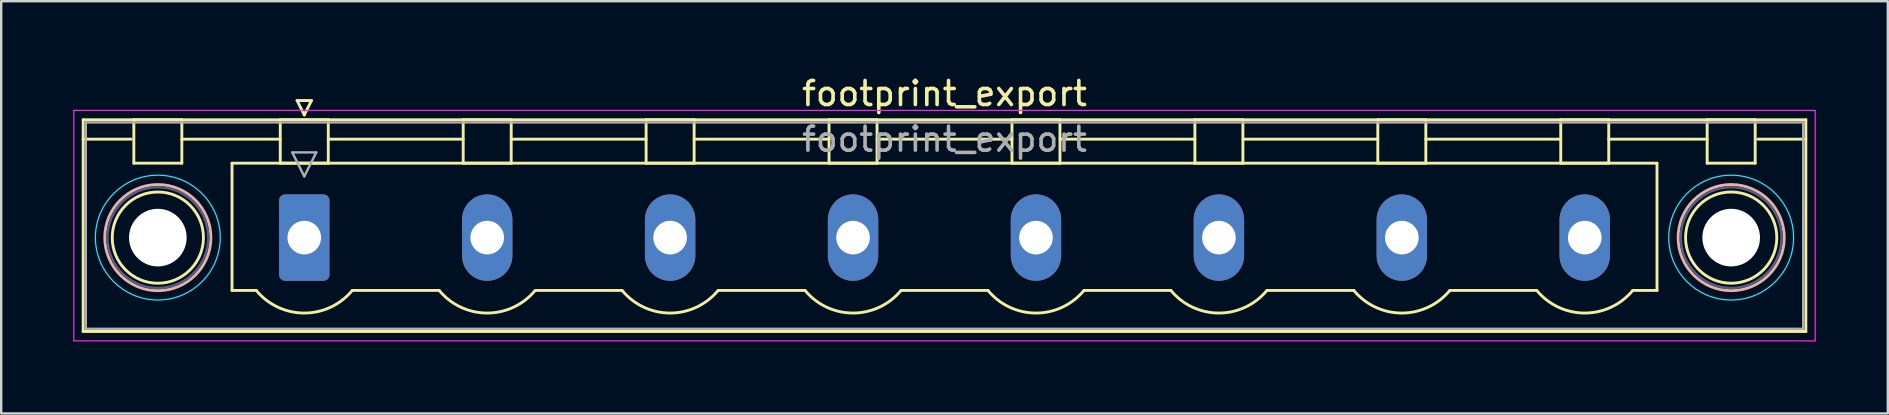
<source format=kicad_pcb>
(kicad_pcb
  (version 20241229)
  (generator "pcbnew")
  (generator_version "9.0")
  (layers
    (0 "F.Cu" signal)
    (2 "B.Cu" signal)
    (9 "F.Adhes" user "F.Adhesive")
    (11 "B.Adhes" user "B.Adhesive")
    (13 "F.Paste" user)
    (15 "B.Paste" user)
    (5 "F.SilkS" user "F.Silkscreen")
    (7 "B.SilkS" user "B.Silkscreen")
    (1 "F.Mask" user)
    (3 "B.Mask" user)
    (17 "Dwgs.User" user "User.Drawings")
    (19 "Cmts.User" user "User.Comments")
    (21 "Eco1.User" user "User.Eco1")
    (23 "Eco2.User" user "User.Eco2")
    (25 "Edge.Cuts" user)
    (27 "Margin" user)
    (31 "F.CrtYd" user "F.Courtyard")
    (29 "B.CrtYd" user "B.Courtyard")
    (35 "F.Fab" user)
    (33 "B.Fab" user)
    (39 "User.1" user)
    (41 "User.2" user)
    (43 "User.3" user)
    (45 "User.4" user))
  (footprint "footprint_export"
    (layer "F.Cu")
    (at 9.625 6.848)
    (property "Reference" "footprint_export" (at 26.67 -6 0) (layer "F.SilkS") (effects (font (size 1 1) (thickness 0.15))))
    (attr through_hole)
    (fp_line (start -9.21 -4.91) (end -9.21 3.91) (stroke (width 0.12) (type solid)) (layer "F.SilkS"))
    (fp_line (start -9.21 -4.1) (end -7.21 -4.1) (stroke (width 0.12) (type solid)) (layer "F.SilkS"))
    (fp_line (start -9.21 3.91) (end 62.55 3.91) (stroke (width 0.12) (type solid)) (layer "F.SilkS"))
    (fp_line (start -7.1 -4.91) (end -5.1 -4.91) (stroke (width 0.12) (type solid)) (layer "F.SilkS"))
    (fp_line (start -7.1 -3.1) (end -7.1 -4.91) (stroke (width 0.12) (type solid)) (layer "F.SilkS"))
    (fp_line (start -5.1 -4.91) (end -5.1 -3.1) (stroke (width 0.12) (type solid)) (layer "F.SilkS"))
    (fp_line (start -5.1 -4.1) (end -1 -4.1) (stroke (width 0.12) (type solid)) (layer "F.SilkS"))
    (fp_line (start -5.1 -3.1) (end -7.1 -3.1) (stroke (width 0.12) (type solid)) (layer "F.SilkS"))
    (fp_line (start -3.01 -3.1) (end 56.35 -3.1) (stroke (width 0.12) (type solid)) (layer "F.SilkS"))
    (fp_line (start -3.01 2.2) (end -3.01 -3.1) (stroke (width 0.12) (type solid)) (layer "F.SilkS"))
    (fp_line (start -2 2.2) (end -3.01 2.2) (stroke (width 0.12) (type solid)) (layer "F.SilkS"))
    (fp_line (start -1 -4.91) (end 1 -4.91) (stroke (width 0.12) (type solid)) (layer "F.SilkS"))
    (fp_line (start -1 -3.1) (end -1 -4.91) (stroke (width 0.12) (type solid)) (layer "F.SilkS"))
    (fp_line (start -0.3 -5.71) (end 0.3 -5.71) (stroke (width 0.12) (type solid)) (layer "F.SilkS"))
    (fp_line (start 0 -5.11) (end -0.3 -5.71) (stroke (width 0.12) (type solid)) (layer "F.SilkS"))
    (fp_line (start 0.3 -5.71) (end 0 -5.11) (stroke (width 0.12) (type solid)) (layer "F.SilkS"))
    (fp_line (start 1 -4.91) (end 1 -3.1) (stroke (width 0.12) (type solid)) (layer "F.SilkS"))
    (fp_line (start 1 -4.1) (end 6.62 -4.1) (stroke (width 0.12) (type solid)) (layer "F.SilkS"))
    (fp_line (start 1 -3.1) (end -1 -3.1) (stroke (width 0.12) (type solid)) (layer "F.SilkS"))
    (fp_line (start 2 2.2) (end 5.62 2.2) (stroke (width 0.12) (type solid)) (layer "F.SilkS"))
    (fp_line (start 6.62 -4.91) (end 8.62 -4.91) (stroke (width 0.12) (type solid)) (layer "F.SilkS"))
    (fp_line (start 6.62 -3.1) (end 6.62 -4.91) (stroke (width 0.12) (type solid)) (layer "F.SilkS"))
    (fp_line (start 8.62 -4.91) (end 8.62 -3.1) (stroke (width 0.12) (type solid)) (layer "F.SilkS"))
    (fp_line (start 8.62 -4.1) (end 14.24 -4.1) (stroke (width 0.12) (type solid)) (layer "F.SilkS"))
    (fp_line (start 8.62 -3.1) (end 6.62 -3.1) (stroke (width 0.12) (type solid)) (layer "F.SilkS"))
    (fp_line (start 9.62 2.2) (end 13.24 2.2) (stroke (width 0.12) (type solid)) (layer "F.SilkS"))
    (fp_line (start 14.24 -4.91) (end 16.24 -4.91) (stroke (width 0.12) (type solid)) (layer "F.SilkS"))
    (fp_line (start 14.24 -3.1) (end 14.24 -4.91) (stroke (width 0.12) (type solid)) (layer "F.SilkS"))
    (fp_line (start 16.24 -4.91) (end 16.24 -3.1) (stroke (width 0.12) (type solid)) (layer "F.SilkS"))
    (fp_line (start 16.24 -4.1) (end 21.86 -4.1) (stroke (width 0.12) (type solid)) (layer "F.SilkS"))
    (fp_line (start 16.24 -3.1) (end 14.24 -3.1) (stroke (width 0.12) (type solid)) (layer "F.SilkS"))
    (fp_line (start 17.24 2.2) (end 20.86 2.2) (stroke (width 0.12) (type solid)) (layer "F.SilkS"))
    (fp_line (start 21.86 -4.91) (end 23.86 -4.91) (stroke (width 0.12) (type solid)) (layer "F.SilkS"))
    (fp_line (start 21.86 -3.1) (end 21.86 -4.91) (stroke (width 0.12) (type solid)) (layer "F.SilkS"))
    (fp_line (start 23.86 -4.91) (end 23.86 -3.1) (stroke (width 0.12) (type solid)) (layer "F.SilkS"))
    (fp_line (start 23.86 -4.1) (end 29.48 -4.1) (stroke (width 0.12) (type solid)) (layer "F.SilkS"))
    (fp_line (start 23.86 -3.1) (end 21.86 -3.1) (stroke (width 0.12) (type solid)) (layer "F.SilkS"))
    (fp_line (start 24.86 2.2) (end 28.48 2.2) (stroke (width 0.12) (type solid)) (layer "F.SilkS"))
    (fp_line (start 29.48 -4.91) (end 31.48 -4.91) (stroke (width 0.12) (type solid)) (layer "F.SilkS"))
    (fp_line (start 29.48 -3.1) (end 29.48 -4.91) (stroke (width 0.12) (type solid)) (layer "F.SilkS"))
    (fp_line (start 31.48 -4.91) (end 31.48 -3.1) (stroke (width 0.12) (type solid)) (layer "F.SilkS"))
    (fp_line (start 31.48 -4.1) (end 37.1 -4.1) (stroke (width 0.12) (type solid)) (layer "F.SilkS"))
    (fp_line (start 31.48 -3.1) (end 29.48 -3.1) (stroke (width 0.12) (type solid)) (layer "F.SilkS"))
    (fp_line (start 32.48 2.2) (end 36.1 2.2) (stroke (width 0.12) (type solid)) (layer "F.SilkS"))
    (fp_line (start 37.1 -4.91) (end 39.1 -4.91) (stroke (width 0.12) (type solid)) (layer "F.SilkS"))
    (fp_line (start 37.1 -3.1) (end 37.1 -4.91) (stroke (width 0.12) (type solid)) (layer "F.SilkS"))
    (fp_line (start 39.1 -4.91) (end 39.1 -3.1) (stroke (width 0.12) (type solid)) (layer "F.SilkS"))
    (fp_line (start 39.1 -4.1) (end 44.72 -4.1) (stroke (width 0.12) (type solid)) (layer "F.SilkS"))
    (fp_line (start 39.1 -3.1) (end 37.1 -3.1) (stroke (width 0.12) (type solid)) (layer "F.SilkS"))
    (fp_line (start 40.1 2.2) (end 43.72 2.2) (stroke (width 0.12) (type solid)) (layer "F.SilkS"))
    (fp_line (start 44.72 -4.91) (end 46.72 -4.91) (stroke (width 0.12) (type solid)) (layer "F.SilkS"))
    (fp_line (start 44.72 -3.1) (end 44.72 -4.91) (stroke (width 0.12) (type solid)) (layer "F.SilkS"))
    (fp_line (start 46.72 -4.91) (end 46.72 -3.1) (stroke (width 0.12) (type solid)) (layer "F.SilkS"))
    (fp_line (start 46.72 -4.1) (end 52.34 -4.1) (stroke (width 0.12) (type solid)) (layer "F.SilkS"))
    (fp_line (start 46.72 -3.1) (end 44.72 -3.1) (stroke (width 0.12) (type solid)) (layer "F.SilkS"))
    (fp_line (start 47.72 2.2) (end 51.34 2.2) (stroke (width 0.12) (type solid)) (layer "F.SilkS"))
    (fp_line (start 52.34 -4.91) (end 54.34 -4.91) (stroke (width 0.12) (type solid)) (layer "F.SilkS"))
    (fp_line (start 52.34 -3.1) (end 52.34 -4.91) (stroke (width 0.12) (type solid)) (layer "F.SilkS"))
    (fp_line (start 54.34 -4.91) (end 54.34 -3.1) (stroke (width 0.12) (type solid)) (layer "F.SilkS"))
    (fp_line (start 54.34 -4.1) (end 58.44 -4.1) (stroke (width 0.12) (type solid)) (layer "F.SilkS"))
    (fp_line (start 54.34 -3.1) (end 52.34 -3.1) (stroke (width 0.12) (type solid)) (layer "F.SilkS"))
    (fp_line (start 56.35 -3.1) (end 56.35 2.2) (stroke (width 0.12) (type solid)) (layer "F.SilkS"))
    (fp_line (start 56.35 2.2) (end 55.34 2.2) (stroke (width 0.12) (type solid)) (layer "F.SilkS"))
    (fp_line (start 58.44 -4.91) (end 60.44 -4.91) (stroke (width 0.12) (type solid)) (layer "F.SilkS"))
    (fp_line (start 58.44 -3.1) (end 58.44 -4.91) (stroke (width 0.12) (type solid)) (layer "F.SilkS"))
    (fp_line (start 60.44 -4.91) (end 60.44 -3.1) (stroke (width 0.12) (type solid)) (layer "F.SilkS"))
    (fp_line (start 60.44 -3.1) (end 58.44 -3.1) (stroke (width 0.12) (type solid)) (layer "F.SilkS"))
    (fp_line (start 62.55 -4.91) (end -9.21 -4.91) (stroke (width 0.12) (type solid)) (layer "F.SilkS"))
    (fp_line (start 62.55 -4.1) (end 60.55 -4.1) (stroke (width 0.12) (type solid)) (layer "F.SilkS"))
    (fp_line (start 62.55 3.91) (end 62.55 -4.91) (stroke (width 0.12) (type solid)) (layer "F.SilkS"))
    (fp_arc (start 1.986842 2.215821) (mid -0.010289 3.142758) (end -2 2.2) (stroke (width 0.12) (type solid)) (layer "F.SilkS"))
    (fp_arc (start 9.606842 2.215821) (mid 7.609711 3.142758) (end 5.62 2.2) (stroke (width 0.12) (type solid)) (layer "F.SilkS"))
    (fp_arc (start 17.226842 2.215821) (mid 15.229711 3.142758) (end 13.24 2.2) (stroke (width 0.12) (type solid)) (layer "F.SilkS"))
    (fp_arc (start 24.846842 2.215821) (mid 22.849711 3.142758) (end 20.86 2.2) (stroke (width 0.12) (type solid)) (layer "F.SilkS"))
    (fp_arc (start 32.466842 2.215821) (mid 30.469711 3.142758) (end 28.48 2.2) (stroke (width 0.12) (type solid)) (layer "F.SilkS"))
    (fp_arc (start 40.086842 2.215821) (mid 38.089711 3.142758) (end 36.1 2.2) (stroke (width 0.12) (type solid)) (layer "F.SilkS"))
    (fp_arc (start 47.706842 2.215821) (mid 45.709711 3.142758) (end 43.72 2.2) (stroke (width 0.12) (type solid)) (layer "F.SilkS"))
    (fp_arc (start 55.326842 2.215821) (mid 53.329711 3.142758) (end 51.34 2.2) (stroke (width 0.12) (type solid)) (layer "F.SilkS"))
    (fp_circle (center -6.1 0) (end -4.2 0) (stroke (width 0.12) (type solid)) (fill no) (layer "F.SilkS"))
    (fp_circle (center 59.44 0) (end 61.34 0) (stroke (width 0.12) (type solid)) (fill no) (layer "F.SilkS"))
    (fp_circle (center -6.1 0) (end -3.89 0) (stroke (width 0.12) (type solid)) (fill no) (layer "B.SilkS"))
    (fp_circle (center 59.44 0) (end 61.65 0) (stroke (width 0.12) (type solid)) (fill no) (layer "B.SilkS"))
    (fp_circle (center -6.1 0) (end -3.5 0) (stroke (width 0.05) (type solid)) (fill no) (layer "B.CrtYd"))
    (fp_circle (center 59.44 0) (end 62.04 0) (stroke (width 0.05) (type solid)) (fill no) (layer "B.CrtYd"))
    (fp_line (start -9.6 -5.3) (end -9.6 4.3) (stroke (width 0.05) (type solid)) (layer "F.CrtYd"))
    (fp_line (start -9.6 4.3) (end 62.94 4.3) (stroke (width 0.05) (type solid)) (layer "F.CrtYd"))
    (fp_line (start 62.94 -5.3) (end -9.6 -5.3) (stroke (width 0.05) (type solid)) (layer "F.CrtYd"))
    (fp_line (start 62.94 4.3) (end 62.94 -5.3) (stroke (width 0.05) (type solid)) (layer "F.CrtYd"))
    (fp_circle (center -6.1 0) (end -4 0) (stroke (width 0.1) (type solid)) (fill no) (layer "B.Fab"))
    (fp_circle (center 59.44 0) (end 61.54 0) (stroke (width 0.1) (type solid)) (fill no) (layer "B.Fab"))
    (fp_line (start -9.1 -4.8) (end -9.1 3.8) (stroke (width 0.1) (type solid)) (layer "F.Fab"))
    (fp_line (start -9.1 3.8) (end 62.44 3.8) (stroke (width 0.1) (type solid)) (layer "F.Fab"))
    (fp_line (start -0.5 -3.55) (end 0.5 -3.55) (stroke (width 0.1) (type solid)) (layer "F.Fab"))
    (fp_line (start 0 -2.55) (end -0.5 -3.55) (stroke (width 0.1) (type solid)) (layer "F.Fab"))
    (fp_line (start 0.5 -3.55) (end 0 -2.55) (stroke (width 0.1) (type solid)) (layer "F.Fab"))
    (fp_line (start 62.44 -4.8) (end -9.1 -4.8) (stroke (width 0.1) (type solid)) (layer "F.Fab"))
    (fp_line (start 62.44 3.8) (end 62.44 -4.8) (stroke (width 0.1) (type solid)) (layer "F.Fab"))
    (fp_text user "${REFERENCE}" (at 26.67 -4.1 0) (layer "F.Fab") (effects (font (size 1 1) (thickness 0.15))))
    (pad "" np_thru_hole circle (at -6.1 0) (size 2.4 2.4) (drill 2.4) (layers "*.Cu" "*.Mask"))
    (pad "" np_thru_hole circle (at 59.44 0) (size 2.4 2.4) (drill 2.4) (layers "*.Cu" "*.Mask"))
    (pad "1" thru_hole roundrect (at 0 0) (size 2.1 3.6) (drill 1.4) (layers "*.Cu" "*.Mask") (roundrect_rratio 0.119))
    (pad "2" thru_hole oval (at 7.62 0) (size 2.1 3.6) (drill 1.4) (layers "*.Cu" "*.Mask"))
    (pad "3" thru_hole oval (at 15.24 0) (size 2.1 3.6) (drill 1.4) (layers "*.Cu" "*.Mask"))
    (pad "4" thru_hole oval (at 22.86 0) (size 2.1 3.6) (drill 1.4) (layers "*.Cu" "*.Mask"))
    (pad "5" thru_hole oval (at 30.48 0) (size 2.1 3.6) (drill 1.4) (layers "*.Cu" "*.Mask"))
    (pad "6" thru_hole oval (at 38.1 0) (size 2.1 3.6) (drill 1.4) (layers "*.Cu" "*.Mask"))
    (pad "7" thru_hole oval (at 45.72 0) (size 2.1 3.6) (drill 1.4) (layers "*.Cu" "*.Mask"))
    (pad "8" thru_hole oval (at 53.34 0) (size 2.1 3.6) (drill 1.4) (layers "*.Cu" "*.Mask")))
  (gr_rect
    (start -3 -3)
    (end 75.59 14.173)
    (stroke (width 0.1) (type default))
    (fill no)
    (layer "Edge.Cuts")))
</source>
